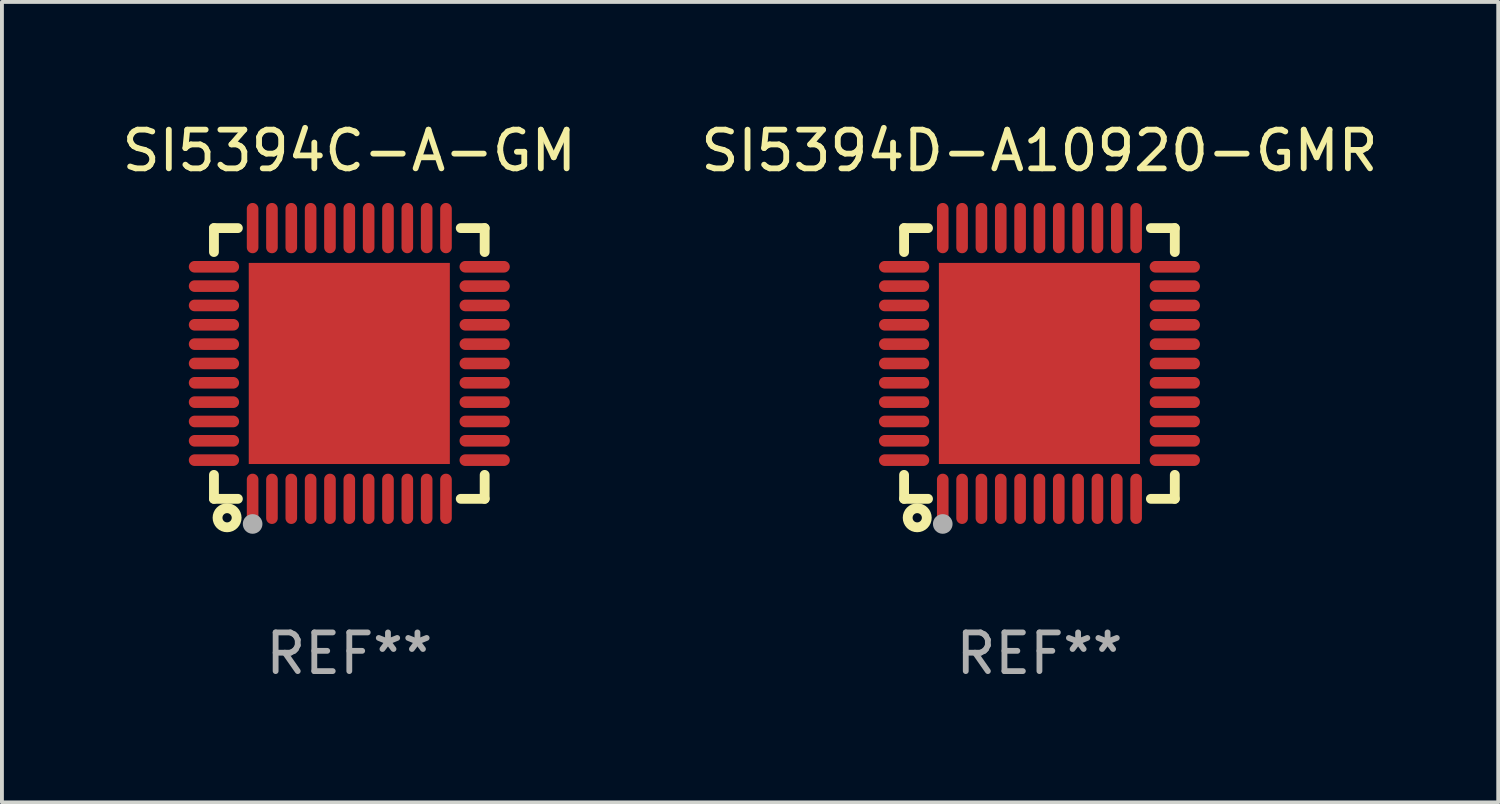
<source format=kicad_pcb>
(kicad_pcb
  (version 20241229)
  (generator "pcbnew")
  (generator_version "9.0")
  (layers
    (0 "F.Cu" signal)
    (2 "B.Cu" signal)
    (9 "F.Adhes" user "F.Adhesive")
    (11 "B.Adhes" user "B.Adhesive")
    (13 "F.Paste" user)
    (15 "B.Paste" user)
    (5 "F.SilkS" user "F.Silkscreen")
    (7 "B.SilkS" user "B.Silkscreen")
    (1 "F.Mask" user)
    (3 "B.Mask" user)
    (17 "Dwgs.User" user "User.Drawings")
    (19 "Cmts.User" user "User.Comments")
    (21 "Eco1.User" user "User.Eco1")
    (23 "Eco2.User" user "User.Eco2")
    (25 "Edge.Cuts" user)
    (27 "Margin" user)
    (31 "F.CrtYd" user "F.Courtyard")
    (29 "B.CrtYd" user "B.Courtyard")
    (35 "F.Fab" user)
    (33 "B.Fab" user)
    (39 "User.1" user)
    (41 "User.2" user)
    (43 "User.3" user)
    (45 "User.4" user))
  (footprint "SI5394D-A10920-GMR"
    (layer "F.Cu")
    (at 23.827 6.348)
    (property "Reference" "SI5394D-A10920-GMR" (at 0 -5.5 0) (layer "F.SilkS") (effects (font (size 1 1) (thickness 0.15))))
    (attr through_hole)
    (fp_line (start -3.5 -3.5) (end -2.881 -3.5) (stroke (width 0.254) (type solid)) (layer "F.SilkS"))
    (fp_line (start -3.5 -2.881) (end -3.5 -3.5) (stroke (width 0.254) (type solid)) (layer "F.SilkS"))
    (fp_line (start -3.5 3.5) (end -3.5 2.881) (stroke (width 0.254) (type solid)) (layer "F.SilkS"))
    (fp_line (start -2.881 3.5) (end -3.5 3.5) (stroke (width 0.254) (type solid)) (layer "F.SilkS"))
    (fp_line (start 2.881 -3.5) (end 3.5 -3.5) (stroke (width 0.254) (type solid)) (layer "F.SilkS"))
    (fp_line (start 3.5 -3.5) (end 3.5 -2.881) (stroke (width 0.254) (type solid)) (layer "F.SilkS"))
    (fp_line (start 3.5 2.881) (end 3.5 3.5) (stroke (width 0.254) (type solid)) (layer "F.SilkS"))
    (fp_line (start 3.5 3.5) (end 2.881 3.5) (stroke (width 0.254) (type solid)) (layer "F.SilkS"))
    (fp_circle (center -3.5 3.5) (end -3.47 3.5) (stroke (width 0.06) (type solid)) (fill no) (layer "F.SilkS"))
    (fp_circle (center -3.16 3.99) (end -3.04 3.99) (stroke (width 0.254) (type solid)) (fill no) (layer "F.SilkS"))
    (fp_circle (center -2.5 4.15) (end -2.373 4.15) (stroke (width 0.254) (type solid)) (fill no) (layer "F.Fab"))
    (fp_text user "REF**" (at 0 7.5 0) (layer "F.Fab") (effects (font (size 1 1) (thickness 0.15))))
    (pad "1" smd oval (at -2.5 3.5 90) (size 1.3 0.3) (layers "F.Cu" "F.Mask" "F.Paste"))
    (pad "2" smd oval (at -2 3.5 90) (size 1.3 0.3) (layers "F.Cu" "F.Mask" "F.Paste"))
    (pad "3" smd oval (at -1.5 3.5 90) (size 1.3 0.3) (layers "F.Cu" "F.Mask" "F.Paste"))
    (pad "4" smd oval (at -1 3.5 90) (size 1.3 0.3) (layers "F.Cu" "F.Mask" "F.Paste"))
    (pad "5" smd oval (at -0.5 3.5 90) (size 1.3 0.3) (layers "F.Cu" "F.Mask" "F.Paste"))
    (pad "6" smd oval (at -0.000127 3.5 90) (size 1.3 0.3) (layers "F.Cu" "F.Mask" "F.Paste"))
    (pad "7" smd oval (at 0.5 3.5 90) (size 1.3 0.3) (layers "F.Cu" "F.Mask" "F.Paste"))
    (pad "8" smd oval (at 1 3.5 90) (size 1.3 0.3) (layers "F.Cu" "F.Mask" "F.Paste"))
    (pad "9" smd oval (at 1.5 3.5 90) (size 1.3 0.3) (layers "F.Cu" "F.Mask" "F.Paste"))
    (pad "10" smd oval (at 2 3.5 90) (size 1.3 0.3) (layers "F.Cu" "F.Mask" "F.Paste"))
    (pad "11" smd oval (at 2.5 3.5 90) (size 1.3 0.3) (layers "F.Cu" "F.Mask" "F.Paste"))
    (pad "12" smd oval (at 3.5 2.5 90) (size 0.3 1.3) (layers "F.Cu" "F.Mask" "F.Paste"))
    (pad "13" smd oval (at 3.5 2 90) (size 0.3 1.3) (layers "F.Cu" "F.Mask" "F.Paste"))
    (pad "14" smd oval (at 3.5 1.5 90) (size 0.3 1.3) (layers "F.Cu" "F.Mask" "F.Paste"))
    (pad "15" smd oval (at 3.5 1 90) (size 0.3 1.3) (layers "F.Cu" "F.Mask" "F.Paste"))
    (pad "16" smd oval (at 3.5 0.5 90) (size 0.3 1.3) (layers "F.Cu" "F.Mask" "F.Paste"))
    (pad "17" smd oval (at 3.5 0.000127 90) (size 0.3 1.3) (layers "F.Cu" "F.Mask" "F.Paste"))
    (pad "18" smd oval (at 3.5 -0.5 90) (size 0.3 1.3) (layers "F.Cu" "F.Mask" "F.Paste"))
    (pad "19" smd oval (at 3.5 -1 90) (size 0.3 1.3) (layers "F.Cu" "F.Mask" "F.Paste"))
    (pad "20" smd oval (at 3.5 -1.5 90) (size 0.3 1.3) (layers "F.Cu" "F.Mask" "F.Paste"))
    (pad "21" smd oval (at 3.5 -2 90) (size 0.3 1.3) (layers "F.Cu" "F.Mask" "F.Paste"))
    (pad "22" smd oval (at 3.5 -2.5 90) (size 0.3 1.3) (layers "F.Cu" "F.Mask" "F.Paste"))
    (pad "23" smd oval (at 2.5 -3.5 90) (size 1.3 0.3) (layers "F.Cu" "F.Mask" "F.Paste"))
    (pad "24" smd oval (at 2 -3.5 90) (size 1.3 0.3) (layers "F.Cu" "F.Mask" "F.Paste"))
    (pad "25" smd oval (at 1.5 -3.5 90) (size 1.3 0.3) (layers "F.Cu" "F.Mask" "F.Paste"))
    (pad "26" smd oval (at 1 -3.5 90) (size 1.3 0.3) (layers "F.Cu" "F.Mask" "F.Paste"))
    (pad "27" smd oval (at 0.5 -3.5 90) (size 1.3 0.3) (layers "F.Cu" "F.Mask" "F.Paste"))
    (pad "28" smd oval (at -0.000127 -3.5 90) (size 1.3 0.3) (layers "F.Cu" "F.Mask" "F.Paste"))
    (pad "29" smd oval (at -0.5 -3.5 90) (size 1.3 0.3) (layers "F.Cu" "F.Mask" "F.Paste"))
    (pad "30" smd oval (at -1 -3.5 90) (size 1.3 0.3) (layers "F.Cu" "F.Mask" "F.Paste"))
    (pad "31" smd oval (at -1.5 -3.5 90) (size 1.3 0.3) (layers "F.Cu" "F.Mask" "F.Paste"))
    (pad "32" smd oval (at -2 -3.5 90) (size 1.3 0.3) (layers "F.Cu" "F.Mask" "F.Paste"))
    (pad "33" smd oval (at -2.5 -3.5 90) (size 1.3 0.3) (layers "F.Cu" "F.Mask" "F.Paste"))
    (pad "34" smd oval (at -3.5 -2.5 90) (size 0.3 1.3) (layers "F.Cu" "F.Mask" "F.Paste"))
    (pad "35" smd oval (at -3.5 -2 90) (size 0.3 1.3) (layers "F.Cu" "F.Mask" "F.Paste"))
    (pad "36" smd oval (at -3.5 -1.5 90) (size 0.3 1.3) (layers "F.Cu" "F.Mask" "F.Paste"))
    (pad "37" smd oval (at -3.5 -1 90) (size 0.3 1.3) (layers "F.Cu" "F.Mask" "F.Paste"))
    (pad "38" smd oval (at -3.5 -0.5 90) (size 0.3 1.3) (layers "F.Cu" "F.Mask" "F.Paste"))
    (pad "39" smd oval (at -3.5 0.000127 90) (size 0.3 1.3) (layers "F.Cu" "F.Mask" "F.Paste"))
    (pad "40" smd oval (at -3.5 0.5 90) (size 0.3 1.3) (layers "F.Cu" "F.Mask" "F.Paste"))
    (pad "41" smd oval (at -3.5 1 90) (size 0.3 1.3) (layers "F.Cu" "F.Mask" "F.Paste"))
    (pad "42" smd oval (at -3.5 1.5 90) (size 0.3 1.3) (layers "F.Cu" "F.Mask" "F.Paste"))
    (pad "43" smd oval (at -3.5 2 90) (size 0.3 1.3) (layers "F.Cu" "F.Mask" "F.Paste"))
    (pad "44" smd oval (at -3.5 2.5 90) (size 0.3 1.3) (layers "F.Cu" "F.Mask" "F.Paste"))
    (pad "45" smd rect (at -0.000127 0.000127 90) (size 5.2 5.2) (layers "F.Cu" "F.Mask" "F.Paste")))
  (footprint "SI5394C-A-GM"
    (layer "F.Cu")
    (at 5.982 6.348)
    (property "Reference" "SI5394C-A-GM" (at 0 -5.5 0) (layer "F.SilkS") (effects (font (size 1 1) (thickness 0.15))))
    (attr through_hole)
    (fp_line (start -3.5 -3.5) (end -2.881 -3.5) (stroke (width 0.254) (type solid)) (layer "F.SilkS"))
    (fp_line (start -3.5 -2.881) (end -3.5 -3.5) (stroke (width 0.254) (type solid)) (layer "F.SilkS"))
    (fp_line (start -3.5 3.5) (end -3.5 2.881) (stroke (width 0.254) (type solid)) (layer "F.SilkS"))
    (fp_line (start -2.881 3.5) (end -3.5 3.5) (stroke (width 0.254) (type solid)) (layer "F.SilkS"))
    (fp_line (start 2.881 -3.5) (end 3.5 -3.5) (stroke (width 0.254) (type solid)) (layer "F.SilkS"))
    (fp_line (start 3.5 -3.5) (end 3.5 -2.881) (stroke (width 0.254) (type solid)) (layer "F.SilkS"))
    (fp_line (start 3.5 2.881) (end 3.5 3.5) (stroke (width 0.254) (type solid)) (layer "F.SilkS"))
    (fp_line (start 3.5 3.5) (end 2.881 3.5) (stroke (width 0.254) (type solid)) (layer "F.SilkS"))
    (fp_circle (center -3.5 3.5) (end -3.47 3.5) (stroke (width 0.06) (type solid)) (fill no) (layer "F.SilkS"))
    (fp_circle (center -3.16 3.99) (end -3.04 3.99) (stroke (width 0.254) (type solid)) (fill no) (layer "F.SilkS"))
    (fp_circle (center -2.5 4.15) (end -2.373 4.15) (stroke (width 0.254) (type solid)) (fill no) (layer "F.Fab"))
    (fp_text user "REF**" (at 0 7.5 0) (layer "F.Fab") (effects (font (size 1 1) (thickness 0.15))))
    (pad "1" smd oval (at -2.5 3.5 90) (size 1.3 0.3) (layers "F.Cu" "F.Mask" "F.Paste"))
    (pad "2" smd oval (at -2 3.5 90) (size 1.3 0.3) (layers "F.Cu" "F.Mask" "F.Paste"))
    (pad "3" smd oval (at -1.5 3.5 90) (size 1.3 0.3) (layers "F.Cu" "F.Mask" "F.Paste"))
    (pad "4" smd oval (at -1 3.5 90) (size 1.3 0.3) (layers "F.Cu" "F.Mask" "F.Paste"))
    (pad "5" smd oval (at -0.5 3.5 90) (size 1.3 0.3) (layers "F.Cu" "F.Mask" "F.Paste"))
    (pad "6" smd oval (at -0.000127 3.5 90) (size 1.3 0.3) (layers "F.Cu" "F.Mask" "F.Paste"))
    (pad "7" smd oval (at 0.5 3.5 90) (size 1.3 0.3) (layers "F.Cu" "F.Mask" "F.Paste"))
    (pad "8" smd oval (at 1 3.5 90) (size 1.3 0.3) (layers "F.Cu" "F.Mask" "F.Paste"))
    (pad "9" smd oval (at 1.5 3.5 90) (size 1.3 0.3) (layers "F.Cu" "F.Mask" "F.Paste"))
    (pad "10" smd oval (at 2 3.5 90) (size 1.3 0.3) (layers "F.Cu" "F.Mask" "F.Paste"))
    (pad "11" smd oval (at 2.5 3.5 90) (size 1.3 0.3) (layers "F.Cu" "F.Mask" "F.Paste"))
    (pad "12" smd oval (at 3.5 2.5 90) (size 0.3 1.3) (layers "F.Cu" "F.Mask" "F.Paste"))
    (pad "13" smd oval (at 3.5 2 90) (size 0.3 1.3) (layers "F.Cu" "F.Mask" "F.Paste"))
    (pad "14" smd oval (at 3.5 1.5 90) (size 0.3 1.3) (layers "F.Cu" "F.Mask" "F.Paste"))
    (pad "15" smd oval (at 3.5 1 90) (size 0.3 1.3) (layers "F.Cu" "F.Mask" "F.Paste"))
    (pad "16" smd oval (at 3.5 0.5 90) (size 0.3 1.3) (layers "F.Cu" "F.Mask" "F.Paste"))
    (pad "17" smd oval (at 3.5 0.000127 90) (size 0.3 1.3) (layers "F.Cu" "F.Mask" "F.Paste"))
    (pad "18" smd oval (at 3.5 -0.5 90) (size 0.3 1.3) (layers "F.Cu" "F.Mask" "F.Paste"))
    (pad "19" smd oval (at 3.5 -1 90) (size 0.3 1.3) (layers "F.Cu" "F.Mask" "F.Paste"))
    (pad "20" smd oval (at 3.5 -1.5 90) (size 0.3 1.3) (layers "F.Cu" "F.Mask" "F.Paste"))
    (pad "21" smd oval (at 3.5 -2 90) (size 0.3 1.3) (layers "F.Cu" "F.Mask" "F.Paste"))
    (pad "22" smd oval (at 3.5 -2.5 90) (size 0.3 1.3) (layers "F.Cu" "F.Mask" "F.Paste"))
    (pad "23" smd oval (at 2.5 -3.5 90) (size 1.3 0.3) (layers "F.Cu" "F.Mask" "F.Paste"))
    (pad "24" smd oval (at 2 -3.5 90) (size 1.3 0.3) (layers "F.Cu" "F.Mask" "F.Paste"))
    (pad "25" smd oval (at 1.5 -3.5 90) (size 1.3 0.3) (layers "F.Cu" "F.Mask" "F.Paste"))
    (pad "26" smd oval (at 1 -3.5 90) (size 1.3 0.3) (layers "F.Cu" "F.Mask" "F.Paste"))
    (pad "27" smd oval (at 0.5 -3.5 90) (size 1.3 0.3) (layers "F.Cu" "F.Mask" "F.Paste"))
    (pad "28" smd oval (at -0.000127 -3.5 90) (size 1.3 0.3) (layers "F.Cu" "F.Mask" "F.Paste"))
    (pad "29" smd oval (at -0.5 -3.5 90) (size 1.3 0.3) (layers "F.Cu" "F.Mask" "F.Paste"))
    (pad "30" smd oval (at -1 -3.5 90) (size 1.3 0.3) (layers "F.Cu" "F.Mask" "F.Paste"))
    (pad "31" smd oval (at -1.5 -3.5 90) (size 1.3 0.3) (layers "F.Cu" "F.Mask" "F.Paste"))
    (pad "32" smd oval (at -2 -3.5 90) (size 1.3 0.3) (layers "F.Cu" "F.Mask" "F.Paste"))
    (pad "33" smd oval (at -2.5 -3.5 90) (size 1.3 0.3) (layers "F.Cu" "F.Mask" "F.Paste"))
    (pad "34" smd oval (at -3.5 -2.5 90) (size 0.3 1.3) (layers "F.Cu" "F.Mask" "F.Paste"))
    (pad "35" smd oval (at -3.5 -2 90) (size 0.3 1.3) (layers "F.Cu" "F.Mask" "F.Paste"))
    (pad "36" smd oval (at -3.5 -1.5 90) (size 0.3 1.3) (layers "F.Cu" "F.Mask" "F.Paste"))
    (pad "37" smd oval (at -3.5 -1 90) (size 0.3 1.3) (layers "F.Cu" "F.Mask" "F.Paste"))
    (pad "38" smd oval (at -3.5 -0.5 90) (size 0.3 1.3) (layers "F.Cu" "F.Mask" "F.Paste"))
    (pad "39" smd oval (at -3.5 0.000127 90) (size 0.3 1.3) (layers "F.Cu" "F.Mask" "F.Paste"))
    (pad "40" smd oval (at -3.5 0.5 90) (size 0.3 1.3) (layers "F.Cu" "F.Mask" "F.Paste"))
    (pad "41" smd oval (at -3.5 1 90) (size 0.3 1.3) (layers "F.Cu" "F.Mask" "F.Paste"))
    (pad "42" smd oval (at -3.5 1.5 90) (size 0.3 1.3) (layers "F.Cu" "F.Mask" "F.Paste"))
    (pad "43" smd oval (at -3.5 2 90) (size 0.3 1.3) (layers "F.Cu" "F.Mask" "F.Paste"))
    (pad "44" smd oval (at -3.5 2.5 90) (size 0.3 1.3) (layers "F.Cu" "F.Mask" "F.Paste"))
    (pad "45" smd rect (at -0.000127 0.000127 90) (size 5.2 5.2) (layers "F.Cu" "F.Mask" "F.Paste")))
  (gr_rect
    (start -3 -3)
    (end 35.69 17.697)
    (stroke (width 0.1) (type default))
    (fill no)
    (layer "Edge.Cuts")))
</source>
